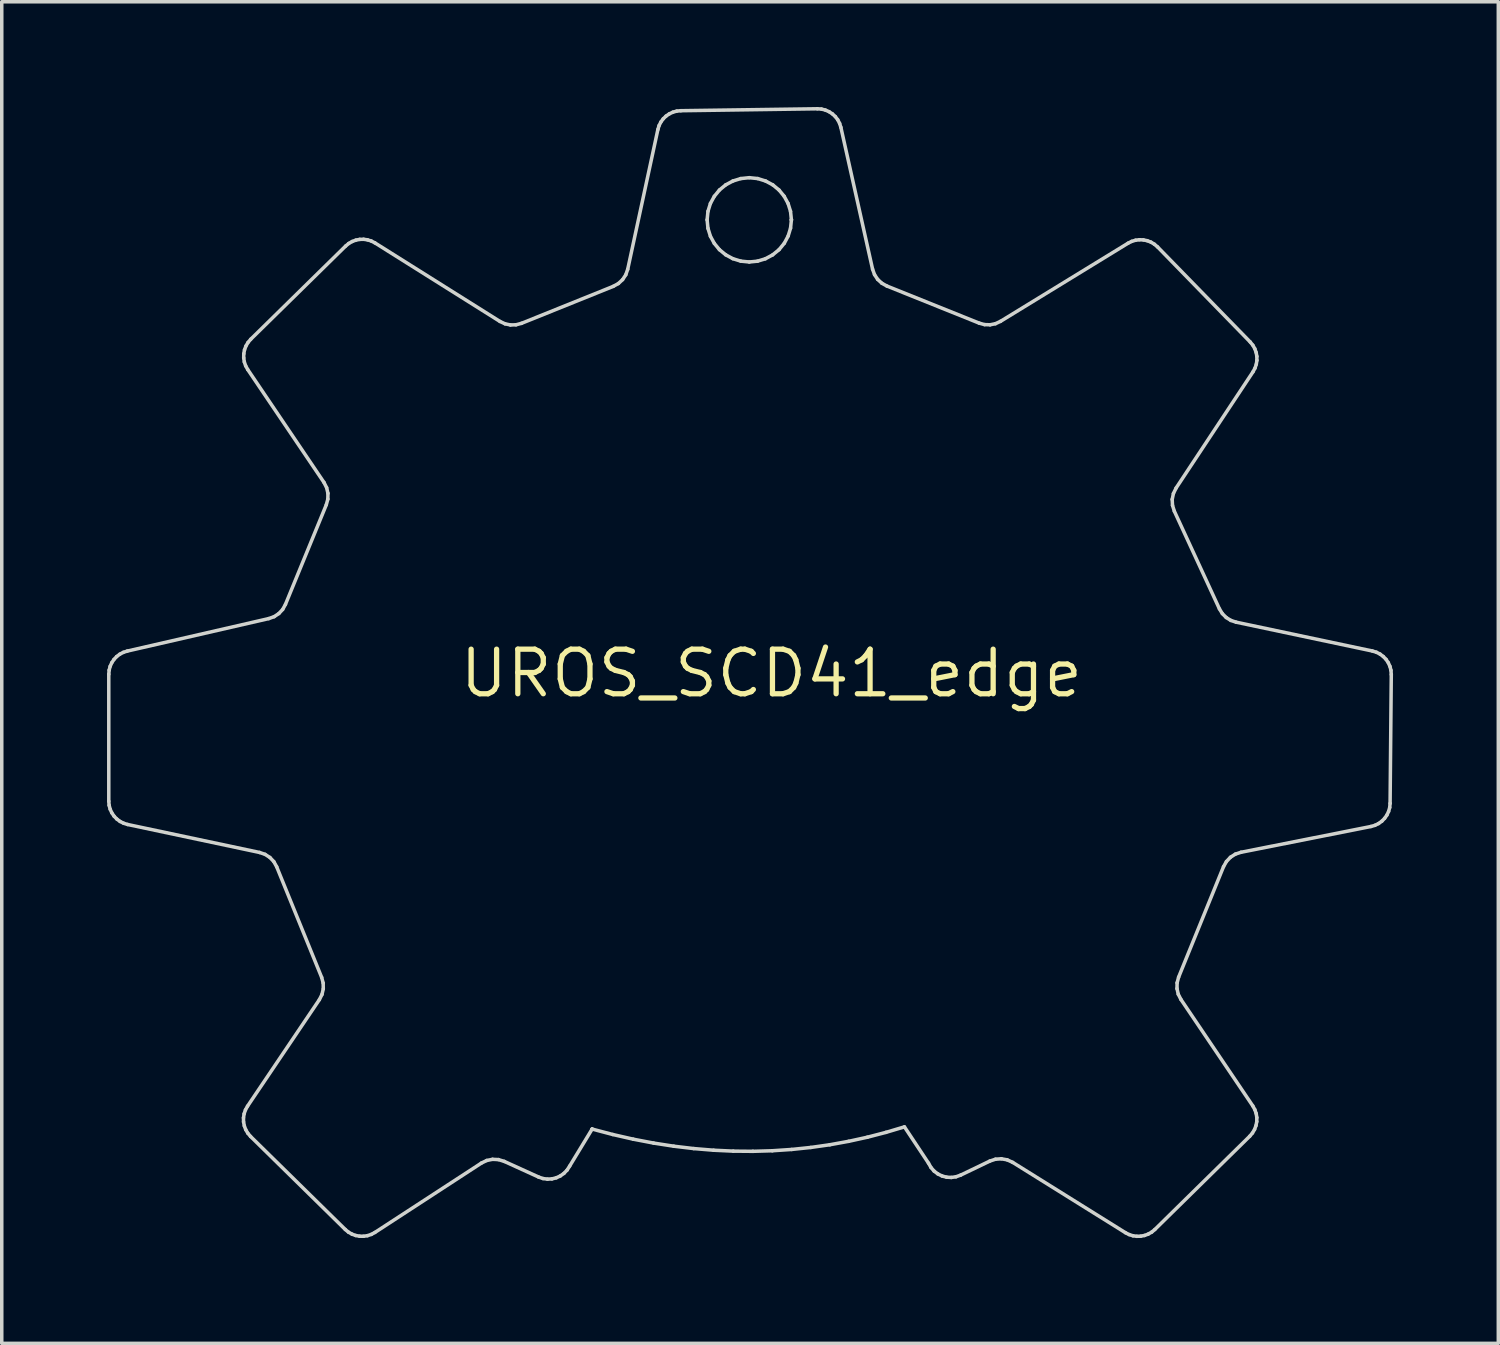
<source format=kicad_pcb>
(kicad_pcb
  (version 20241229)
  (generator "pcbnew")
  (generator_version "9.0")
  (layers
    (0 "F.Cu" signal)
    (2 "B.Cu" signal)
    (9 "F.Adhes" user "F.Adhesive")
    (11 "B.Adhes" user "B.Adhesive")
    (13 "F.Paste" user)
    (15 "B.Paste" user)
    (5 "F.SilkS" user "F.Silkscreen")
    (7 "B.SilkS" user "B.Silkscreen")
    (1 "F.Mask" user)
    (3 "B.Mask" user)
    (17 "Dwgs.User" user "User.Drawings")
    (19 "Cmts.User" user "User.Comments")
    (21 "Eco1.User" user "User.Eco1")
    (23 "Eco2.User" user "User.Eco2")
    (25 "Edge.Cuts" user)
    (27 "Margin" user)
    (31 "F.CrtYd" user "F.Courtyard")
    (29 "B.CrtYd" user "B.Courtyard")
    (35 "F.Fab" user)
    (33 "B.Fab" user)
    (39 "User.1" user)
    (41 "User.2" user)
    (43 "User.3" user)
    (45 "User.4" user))
  (footprint "UROS_SCD41_edge"
    (layer "F.Cu")
    (at 18.934 16.141)
    (property "Reference" "UROS_SCD41_edge" (at 0 0 0) (layer "F.SilkS") (effects (font (size 1.27 1.27) (thickness 0.15))))
    (attr through_hole)
    (fp_line (start -18.884 0.025) (end -18.874 -0.091) (stroke (width 0.1) (type solid)) (layer "Edge.Cuts"))
    (fp_line (start -18.884 3.642) (end -18.884 0.025) (stroke (width 0.1) (type solid)) (layer "Edge.Cuts"))
    (fp_line (start -18.874 -0.091) (end -18.845 -0.201) (stroke (width 0.1) (type solid)) (layer "Edge.Cuts"))
    (fp_line (start -18.874 3.76) (end -18.884 3.642) (stroke (width 0.1) (type solid)) (layer "Edge.Cuts"))
    (fp_line (start -18.845 -0.201) (end -18.799 -0.304) (stroke (width 0.1) (type solid)) (layer "Edge.Cuts"))
    (fp_line (start -18.844 3.872) (end -18.874 3.76) (stroke (width 0.1) (type solid)) (layer "Edge.Cuts"))
    (fp_line (start -18.799 -0.304) (end -18.736 -0.397) (stroke (width 0.1) (type solid)) (layer "Edge.Cuts"))
    (fp_line (start -18.797 3.975) (end -18.844 3.872) (stroke (width 0.1) (type solid)) (layer "Edge.Cuts"))
    (fp_line (start -18.736 -0.397) (end -18.66 -0.479) (stroke (width 0.1) (type solid)) (layer "Edge.Cuts"))
    (fp_line (start -18.733 4.069) (end -18.797 3.975) (stroke (width 0.1) (type solid)) (layer "Edge.Cuts"))
    (fp_line (start -18.66 -0.479) (end -18.57 -0.547) (stroke (width 0.1) (type solid)) (layer "Edge.Cuts"))
    (fp_line (start -18.654 4.151) (end -18.733 4.069) (stroke (width 0.1) (type solid)) (layer "Edge.Cuts"))
    (fp_line (start -18.57 -0.547) (end -18.469 -0.6) (stroke (width 0.1) (type solid)) (layer "Edge.Cuts"))
    (fp_line (start -18.563 4.219) (end -18.654 4.151) (stroke (width 0.1) (type solid)) (layer "Edge.Cuts"))
    (fp_line (start -18.469 -0.6) (end -18.358 -0.636) (stroke (width 0.1) (type solid)) (layer "Edge.Cuts"))
    (fp_line (start -18.46 4.271) (end -18.563 4.219) (stroke (width 0.1) (type solid)) (layer "Edge.Cuts"))
    (fp_line (start -18.358 -0.636) (end -14.325 -1.562) (stroke (width 0.1) (type solid)) (layer "Edge.Cuts"))
    (fp_line (start -18.347 4.306) (end -18.46 4.271) (stroke (width 0.1) (type solid)) (layer "Edge.Cuts"))
    (fp_line (start -15.045 12.666) (end -15.027 12.551) (stroke (width 0.1) (type solid)) (layer "Edge.Cuts"))
    (fp_line (start -15.043 12.781) (end -15.045 12.666) (stroke (width 0.1) (type solid)) (layer "Edge.Cuts"))
    (fp_line (start -15.039 -8.991) (end -15.037 -9.107) (stroke (width 0.1) (type solid)) (layer "Edge.Cuts"))
    (fp_line (start -15.037 -9.107) (end -15.016 -9.22) (stroke (width 0.1) (type solid)) (layer "Edge.Cuts"))
    (fp_line (start -15.027 12.551) (end -14.989 12.44) (stroke (width 0.1) (type solid)) (layer "Edge.Cuts"))
    (fp_line (start -15.021 12.895) (end -15.043 12.781) (stroke (width 0.1) (type solid)) (layer "Edge.Cuts"))
    (fp_line (start -15.021 -8.876) (end -15.039 -8.991) (stroke (width 0.1) (type solid)) (layer "Edge.Cuts"))
    (fp_line (start -15.016 -9.22) (end -14.976 -9.329) (stroke (width 0.1) (type solid)) (layer "Edge.Cuts"))
    (fp_line (start -14.989 12.44) (end -14.93 12.334) (stroke (width 0.1) (type solid)) (layer "Edge.Cuts"))
    (fp_line (start -14.983 -8.765) (end -15.021 -8.876) (stroke (width 0.1) (type solid)) (layer "Edge.Cuts"))
    (fp_line (start -14.981 13.004) (end -15.021 12.895) (stroke (width 0.1) (type solid)) (layer "Edge.Cuts"))
    (fp_line (start -14.976 -9.329) (end -14.916 -9.431) (stroke (width 0.1) (type solid)) (layer "Edge.Cuts"))
    (fp_line (start -14.93 12.334) (end -12.883 9.299) (stroke (width 0.1) (type solid)) (layer "Edge.Cuts"))
    (fp_line (start -14.924 -8.659) (end -14.983 -8.765) (stroke (width 0.1) (type solid)) (layer "Edge.Cuts"))
    (fp_line (start -14.921 13.105) (end -14.981 13.004) (stroke (width 0.1) (type solid)) (layer "Edge.Cuts"))
    (fp_line (start -14.916 -9.431) (end -14.838 -9.523) (stroke (width 0.1) (type solid)) (layer "Edge.Cuts"))
    (fp_line (start -14.843 13.197) (end -14.921 13.105) (stroke (width 0.1) (type solid)) (layer "Edge.Cuts"))
    (fp_line (start -14.838 -9.523) (end -12.135 -12.178) (stroke (width 0.1) (type solid)) (layer "Edge.Cuts"))
    (fp_line (start -14.587 5.103) (end -18.347 4.306) (stroke (width 0.1) (type solid)) (layer "Edge.Cuts"))
    (fp_line (start -14.43 5.157) (end -14.587 5.103) (stroke (width 0.1) (type solid)) (layer "Edge.Cuts"))
    (fp_line (start -14.325 -1.562) (end -14.171 -1.617) (stroke (width 0.1) (type solid)) (layer "Edge.Cuts"))
    (fp_line (start -14.292 5.246) (end -14.43 5.157) (stroke (width 0.1) (type solid)) (layer "Edge.Cuts"))
    (fp_line (start -14.18 5.365) (end -14.292 5.246) (stroke (width 0.1) (type solid)) (layer "Edge.Cuts"))
    (fp_line (start -14.171 -1.617) (end -14.037 -1.706) (stroke (width 0.1) (type solid)) (layer "Edge.Cuts"))
    (fp_line (start -14.099 5.511) (end -14.18 5.365) (stroke (width 0.1) (type solid)) (layer "Edge.Cuts"))
    (fp_line (start -14.037 -1.706) (end -13.928 -1.823) (stroke (width 0.1) (type solid)) (layer "Edge.Cuts"))
    (fp_line (start -13.928 -1.823) (end -13.849 -1.966) (stroke (width 0.1) (type solid)) (layer "Edge.Cuts"))
    (fp_line (start -13.849 -1.966) (end -12.685 -4.805) (stroke (width 0.1) (type solid)) (layer "Edge.Cuts"))
    (fp_line (start -12.883 9.299) (end -12.808 9.15) (stroke (width 0.1) (type solid)) (layer "Edge.Cuts"))
    (fp_line (start -12.817 8.664) (end -14.099 5.511) (stroke (width 0.1) (type solid)) (layer "Edge.Cuts"))
    (fp_line (start -12.808 9.15) (end -12.771 8.99) (stroke (width 0.1) (type solid)) (layer "Edge.Cuts"))
    (fp_line (start -12.774 8.825) (end -12.817 8.664) (stroke (width 0.1) (type solid)) (layer "Edge.Cuts"))
    (fp_line (start -12.771 8.99) (end -12.774 8.825) (stroke (width 0.1) (type solid)) (layer "Edge.Cuts"))
    (fp_line (start -12.751 -5.442) (end -14.924 -8.659) (stroke (width 0.1) (type solid)) (layer "Edge.Cuts"))
    (fp_line (start -12.685 -4.805) (end -12.641 -4.966) (stroke (width 0.1) (type solid)) (layer "Edge.Cuts"))
    (fp_line (start -12.675 -5.292) (end -12.751 -5.442) (stroke (width 0.1) (type solid)) (layer "Edge.Cuts"))
    (fp_line (start -12.641 -4.966) (end -12.638 -5.131) (stroke (width 0.1) (type solid)) (layer "Edge.Cuts"))
    (fp_line (start -12.638 -5.131) (end -12.675 -5.292) (stroke (width 0.1) (type solid)) (layer "Edge.Cuts"))
    (fp_line (start -12.144 15.848) (end -14.843 13.197) (stroke (width 0.1) (type solid)) (layer "Edge.Cuts"))
    (fp_line (start -12.135 -12.178) (end -12.046 -12.252) (stroke (width 0.1) (type solid)) (layer "Edge.Cuts"))
    (fp_line (start -12.054 15.923) (end -12.144 15.848) (stroke (width 0.1) (type solid)) (layer "Edge.Cuts"))
    (fp_line (start -12.046 -12.252) (end -11.947 -12.309) (stroke (width 0.1) (type solid)) (layer "Edge.Cuts"))
    (fp_line (start -11.954 15.98) (end -12.054 15.923) (stroke (width 0.1) (type solid)) (layer "Edge.Cuts"))
    (fp_line (start -11.947 -12.309) (end -11.842 -12.348) (stroke (width 0.1) (type solid)) (layer "Edge.Cuts"))
    (fp_line (start -11.847 16.019) (end -11.954 15.98) (stroke (width 0.1) (type solid)) (layer "Edge.Cuts"))
    (fp_line (start -11.842 -12.348) (end -11.733 -12.369) (stroke (width 0.1) (type solid)) (layer "Edge.Cuts"))
    (fp_line (start -11.736 16.039) (end -11.847 16.019) (stroke (width 0.1) (type solid)) (layer "Edge.Cuts"))
    (fp_line (start -11.733 -12.369) (end -11.621 -12.372) (stroke (width 0.1) (type solid)) (layer "Edge.Cuts"))
    (fp_line (start -11.624 16.041) (end -11.736 16.039) (stroke (width 0.1) (type solid)) (layer "Edge.Cuts"))
    (fp_line (start -11.621 -12.372) (end -11.51 -12.356) (stroke (width 0.1) (type solid)) (layer "Edge.Cuts"))
    (fp_line (start -11.511 16.024) (end -11.624 16.041) (stroke (width 0.1) (type solid)) (layer "Edge.Cuts"))
    (fp_line (start -11.51 -12.356) (end -11.402 -12.322) (stroke (width 0.1) (type solid)) (layer "Edge.Cuts"))
    (fp_line (start -11.402 15.988) (end -11.511 16.024) (stroke (width 0.1) (type solid)) (layer "Edge.Cuts"))
    (fp_line (start -11.402 -12.322) (end -11.299 -12.269) (stroke (width 0.1) (type solid)) (layer "Edge.Cuts"))
    (fp_line (start -11.299 -12.269) (end -7.737 -10.031) (stroke (width 0.1) (type solid)) (layer "Edge.Cuts"))
    (fp_line (start -11.299 15.932) (end -11.402 15.988) (stroke (width 0.1) (type solid)) (layer "Edge.Cuts"))
    (fp_line (start -8.266 13.956) (end -11.299 15.932) (stroke (width 0.1) (type solid)) (layer "Edge.Cuts"))
    (fp_line (start -8.112 13.881) (end -8.266 13.956) (stroke (width 0.1) (type solid)) (layer "Edge.Cuts"))
    (fp_line (start -7.947 13.848) (end -8.112 13.881) (stroke (width 0.1) (type solid)) (layer "Edge.Cuts"))
    (fp_line (start -7.778 13.856) (end -7.947 13.848) (stroke (width 0.1) (type solid)) (layer "Edge.Cuts"))
    (fp_line (start -7.737 -10.031) (end -7.592 -9.963) (stroke (width 0.1) (type solid)) (layer "Edge.Cuts"))
    (fp_line (start -7.614 13.907) (end -7.778 13.856) (stroke (width 0.1) (type solid)) (layer "Edge.Cuts"))
    (fp_line (start -7.592 -9.963) (end -7.437 -9.93) (stroke (width 0.1) (type solid)) (layer "Edge.Cuts"))
    (fp_line (start -7.437 -9.93) (end -7.278 -9.935) (stroke (width 0.1) (type solid)) (layer "Edge.Cuts"))
    (fp_line (start -7.278 -9.935) (end -7.123 -9.976) (stroke (width 0.1) (type solid)) (layer "Edge.Cuts"))
    (fp_line (start -7.123 -9.976) (end -4.505 -11.031) (stroke (width 0.1) (type solid)) (layer "Edge.Cuts"))
    (fp_line (start -6.637 14.352) (end -7.614 13.907) (stroke (width 0.1) (type solid)) (layer "Edge.Cuts"))
    (fp_line (start -6.51 14.396) (end -6.637 14.352) (stroke (width 0.1) (type solid)) (layer "Edge.Cuts"))
    (fp_line (start -6.382 14.413) (end -6.51 14.396) (stroke (width 0.1) (type solid)) (layer "Edge.Cuts"))
    (fp_line (start -6.254 14.406) (end -6.382 14.413) (stroke (width 0.1) (type solid)) (layer "Edge.Cuts"))
    (fp_line (start -6.131 14.375) (end -6.254 14.406) (stroke (width 0.1) (type solid)) (layer "Edge.Cuts"))
    (fp_line (start -6.016 14.322) (end -6.131 14.375) (stroke (width 0.1) (type solid)) (layer "Edge.Cuts"))
    (fp_line (start -5.912 14.248) (end -6.016 14.322) (stroke (width 0.1) (type solid)) (layer "Edge.Cuts"))
    (fp_line (start -5.822 14.154) (end -5.912 14.248) (stroke (width 0.1) (type solid)) (layer "Edge.Cuts"))
    (fp_line (start -5.75 14.042) (end -5.822 14.154) (stroke (width 0.1) (type solid)) (layer "Edge.Cuts"))
    (fp_line (start -5.109 12.986) (end -5.75 14.042) (stroke (width 0.1) (type solid)) (layer "Edge.Cuts"))
    (fp_line (start -5.109 12.986) (end -5.109 12.986) (stroke (width 0.1) (type solid)) (layer "Edge.Cuts"))
    (fp_line (start -5.109 12.986) (end -5.109 12.986) (stroke (width 0.1) (type solid)) (layer "Edge.Cuts"))
    (fp_line (start -4.521 13.141) (end -5.109 12.986) (stroke (width 0.1) (type solid)) (layer "Edge.Cuts"))
    (fp_line (start -4.505 -11.031) (end -4.36 -11.111) (stroke (width 0.1) (type solid)) (layer "Edge.Cuts"))
    (fp_line (start -4.36 -11.111) (end -4.24 -11.223) (stroke (width 0.1) (type solid)) (layer "Edge.Cuts"))
    (fp_line (start -4.24 -11.223) (end -4.15 -11.36) (stroke (width 0.1) (type solid)) (layer "Edge.Cuts"))
    (fp_line (start -4.15 -11.36) (end -4.095 -11.517) (stroke (width 0.1) (type solid)) (layer "Edge.Cuts"))
    (fp_line (start -4.095 -11.517) (end -3.235 -15.501) (stroke (width 0.1) (type solid)) (layer "Edge.Cuts"))
    (fp_line (start -3.938 13.274) (end -4.521 13.141) (stroke (width 0.1) (type solid)) (layer "Edge.Cuts"))
    (fp_line (start -3.358 13.385) (end -3.938 13.274) (stroke (width 0.1) (type solid)) (layer "Edge.Cuts"))
    (fp_line (start -3.235 -15.501) (end -3.201 -15.613) (stroke (width 0.1) (type solid)) (layer "Edge.Cuts"))
    (fp_line (start -3.201 -15.613) (end -3.15 -15.714) (stroke (width 0.1) (type solid)) (layer "Edge.Cuts"))
    (fp_line (start -3.15 -15.714) (end -3.083 -15.805) (stroke (width 0.1) (type solid)) (layer "Edge.Cuts"))
    (fp_line (start -3.083 -15.805) (end -3.002 -15.883) (stroke (width 0.1) (type solid)) (layer "Edge.Cuts"))
    (fp_line (start -3.002 -15.883) (end -2.91 -15.946) (stroke (width 0.1) (type solid)) (layer "Edge.Cuts"))
    (fp_line (start -2.91 -15.946) (end -2.808 -15.994) (stroke (width 0.1) (type solid)) (layer "Edge.Cuts"))
    (fp_line (start -2.808 -15.994) (end -2.698 -16.025) (stroke (width 0.1) (type solid)) (layer "Edge.Cuts"))
    (fp_line (start -2.784 13.474) (end -3.358 13.385) (stroke (width 0.1) (type solid)) (layer "Edge.Cuts"))
    (fp_line (start -2.698 -16.025) (end -2.582 -16.036) (stroke (width 0.1) (type solid)) (layer "Edge.Cuts"))
    (fp_line (start -2.582 -16.036) (end 1.309 -16.091) (stroke (width 0.1) (type solid)) (layer "Edge.Cuts"))
    (fp_line (start -2.213 13.542) (end -2.784 13.474) (stroke (width 0.1) (type solid)) (layer "Edge.Cuts"))
    (fp_line (start -1.832 -12.926) (end -1.808 -13.168) (stroke (width 0.1) (type solid)) (layer "Edge.Cuts"))
    (fp_line (start -1.808 -13.168) (end -1.738 -13.393) (stroke (width 0.1) (type solid)) (layer "Edge.Cuts"))
    (fp_line (start -1.808 -12.684) (end -1.832 -12.926) (stroke (width 0.1) (type solid)) (layer "Edge.Cuts"))
    (fp_line (start -1.738 -13.393) (end -1.627 -13.597) (stroke (width 0.1) (type solid)) (layer "Edge.Cuts"))
    (fp_line (start -1.738 -12.458) (end -1.808 -12.684) (stroke (width 0.1) (type solid)) (layer "Edge.Cuts"))
    (fp_line (start -1.647 13.589) (end -2.213 13.542) (stroke (width 0.1) (type solid)) (layer "Edge.Cuts"))
    (fp_line (start -1.627 -13.597) (end -1.481 -13.775) (stroke (width 0.1) (type solid)) (layer "Edge.Cuts"))
    (fp_line (start -1.627 -12.254) (end -1.738 -12.458) (stroke (width 0.1) (type solid)) (layer "Edge.Cuts"))
    (fp_line (start -1.481 -13.775) (end -1.303 -13.922) (stroke (width 0.1) (type solid)) (layer "Edge.Cuts"))
    (fp_line (start -1.481 -12.076) (end -1.627 -12.254) (stroke (width 0.1) (type solid)) (layer "Edge.Cuts"))
    (fp_line (start -1.303 -13.922) (end -1.099 -14.032) (stroke (width 0.1) (type solid)) (layer "Edge.Cuts"))
    (fp_line (start -1.303 -11.93) (end -1.481 -12.076) (stroke (width 0.1) (type solid)) (layer "Edge.Cuts"))
    (fp_line (start -1.099 -14.032) (end -0.873 -14.102) (stroke (width 0.1) (type solid)) (layer "Edge.Cuts"))
    (fp_line (start -1.099 -11.819) (end -1.303 -11.93) (stroke (width 0.1) (type solid)) (layer "Edge.Cuts"))
    (fp_line (start -1.085 13.615) (end -1.647 13.589) (stroke (width 0.1) (type solid)) (layer "Edge.Cuts"))
    (fp_line (start -0.873 -14.102) (end -0.631 -14.127) (stroke (width 0.1) (type solid)) (layer "Edge.Cuts"))
    (fp_line (start -0.873 -11.749) (end -1.099 -11.819) (stroke (width 0.1) (type solid)) (layer "Edge.Cuts"))
    (fp_line (start -0.631 -14.127) (end -0.389 -14.102) (stroke (width 0.1) (type solid)) (layer "Edge.Cuts"))
    (fp_line (start -0.631 -11.725) (end -0.873 -11.749) (stroke (width 0.1) (type solid)) (layer "Edge.Cuts"))
    (fp_line (start -0.527 13.62) (end -1.085 13.615) (stroke (width 0.1) (type solid)) (layer "Edge.Cuts"))
    (fp_line (start -0.396 -11.748) (end -0.631 -11.725) (stroke (width 0.1) (type solid)) (layer "Edge.Cuts"))
    (fp_line (start -0.389 -14.102) (end -0.164 -14.032) (stroke (width 0.1) (type solid)) (layer "Edge.Cuts"))
    (fp_line (start -0.172 -11.816) (end -0.396 -11.748) (stroke (width 0.1) (type solid)) (layer "Edge.Cuts"))
    (fp_line (start -0.164 -14.032) (end 0.04 -13.922) (stroke (width 0.1) (type solid)) (layer "Edge.Cuts"))
    (fp_line (start 0.027 13.604) (end -0.527 13.62) (stroke (width 0.1) (type solid)) (layer "Edge.Cuts"))
    (fp_line (start 0.035 -11.927) (end -0.172 -11.816) (stroke (width 0.1) (type solid)) (layer "Edge.Cuts"))
    (fp_line (start 0.04 -13.922) (end 0.218 -13.775) (stroke (width 0.1) (type solid)) (layer "Edge.Cuts"))
    (fp_line (start 0.218 -13.775) (end 0.364 -13.597) (stroke (width 0.1) (type solid)) (layer "Edge.Cuts"))
    (fp_line (start 0.218 -12.076) (end 0.035 -11.927) (stroke (width 0.1) (type solid)) (layer "Edge.Cuts"))
    (fp_line (start 0.364 -13.597) (end 0.475 -13.393) (stroke (width 0.1) (type solid)) (layer "Edge.Cuts"))
    (fp_line (start 0.368 -12.259) (end 0.218 -12.076) (stroke (width 0.1) (type solid)) (layer "Edge.Cuts"))
    (fp_line (start 0.475 -13.393) (end 0.545 -13.168) (stroke (width 0.1) (type solid)) (layer "Edge.Cuts"))
    (fp_line (start 0.478 -12.466) (end 0.368 -12.259) (stroke (width 0.1) (type solid)) (layer "Edge.Cuts"))
    (fp_line (start 0.545 -13.168) (end 0.57 -12.926) (stroke (width 0.1) (type solid)) (layer "Edge.Cuts"))
    (fp_line (start 0.546 -12.69) (end 0.478 -12.466) (stroke (width 0.1) (type solid)) (layer "Edge.Cuts"))
    (fp_line (start 0.57 -12.926) (end 0.546 -12.69) (stroke (width 0.1) (type solid)) (layer "Edge.Cuts"))
    (fp_line (start 0.57 -12.926) (end 0.57 -12.926) (stroke (width 0.1) (type solid)) (layer "Edge.Cuts"))
    (fp_line (start 0.57 -12.926) (end 0.57 -12.926) (stroke (width 0.1) (type solid)) (layer "Edge.Cuts"))
    (fp_line (start 0.577 13.567) (end 0.027 13.604) (stroke (width 0.1) (type solid)) (layer "Edge.Cuts"))
    (fp_line (start 1.123 13.51) (end 0.577 13.567) (stroke (width 0.1) (type solid)) (layer "Edge.Cuts"))
    (fp_line (start 1.309 -16.091) (end 1.427 -16.083) (stroke (width 0.1) (type solid)) (layer "Edge.Cuts"))
    (fp_line (start 1.427 -16.083) (end 1.539 -16.054) (stroke (width 0.1) (type solid)) (layer "Edge.Cuts"))
    (fp_line (start 1.539 -16.054) (end 1.644 -16.008) (stroke (width 0.1) (type solid)) (layer "Edge.Cuts"))
    (fp_line (start 1.644 -16.008) (end 1.739 -15.945) (stroke (width 0.1) (type solid)) (layer "Edge.Cuts"))
    (fp_line (start 1.664 13.433) (end 1.123 13.51) (stroke (width 0.1) (type solid)) (layer "Edge.Cuts"))
    (fp_line (start 1.739 -15.945) (end 1.822 -15.868) (stroke (width 0.1) (type solid)) (layer "Edge.Cuts"))
    (fp_line (start 1.822 -15.868) (end 1.891 -15.777) (stroke (width 0.1) (type solid)) (layer "Edge.Cuts"))
    (fp_line (start 1.891 -15.777) (end 1.944 -15.674) (stroke (width 0.1) (type solid)) (layer "Edge.Cuts"))
    (fp_line (start 1.944 -15.674) (end 1.98 -15.561) (stroke (width 0.1) (type solid)) (layer "Edge.Cuts"))
    (fp_line (start 1.98 -15.561) (end 2.883 -11.521) (stroke (width 0.1) (type solid)) (layer "Edge.Cuts"))
    (fp_line (start 2.202 13.335) (end 1.664 13.433) (stroke (width 0.1) (type solid)) (layer "Edge.Cuts"))
    (fp_line (start 2.735 13.218) (end 2.202 13.335) (stroke (width 0.1) (type solid)) (layer "Edge.Cuts"))
    (fp_line (start 2.883 -11.521) (end 2.939 -11.365) (stroke (width 0.1) (type solid)) (layer "Edge.Cuts"))
    (fp_line (start 2.939 -11.365) (end 3.028 -11.229) (stroke (width 0.1) (type solid)) (layer "Edge.Cuts"))
    (fp_line (start 3.028 -11.229) (end 3.148 -11.119) (stroke (width 0.1) (type solid)) (layer "Edge.Cuts"))
    (fp_line (start 3.148 -11.119) (end 3.292 -11.039) (stroke (width 0.1) (type solid)) (layer "Edge.Cuts"))
    (fp_line (start 3.265 13.08) (end 2.735 13.218) (stroke (width 0.1) (type solid)) (layer "Edge.Cuts"))
    (fp_line (start 3.292 -11.039) (end 5.922 -9.982) (stroke (width 0.1) (type solid)) (layer "Edge.Cuts"))
    (fp_line (start 3.791 12.923) (end 3.265 13.08) (stroke (width 0.1) (type solid)) (layer "Edge.Cuts"))
    (fp_line (start 4.477 13.957) (end 3.791 12.923) (stroke (width 0.1) (type solid)) (layer "Edge.Cuts"))
    (fp_line (start 4.547 14.08) (end 4.477 13.957) (stroke (width 0.1) (type solid)) (layer "Edge.Cuts"))
    (fp_line (start 4.636 14.183) (end 4.547 14.08) (stroke (width 0.1) (type solid)) (layer "Edge.Cuts"))
    (fp_line (start 4.743 14.264) (end 4.636 14.183) (stroke (width 0.1) (type solid)) (layer "Edge.Cuts"))
    (fp_line (start 4.863 14.323) (end 4.743 14.264) (stroke (width 0.1) (type solid)) (layer "Edge.Cuts"))
    (fp_line (start 4.992 14.357) (end 4.863 14.323) (stroke (width 0.1) (type solid)) (layer "Edge.Cuts"))
    (fp_line (start 5.126 14.365) (end 4.992 14.357) (stroke (width 0.1) (type solid)) (layer "Edge.Cuts"))
    (fp_line (start 5.261 14.346) (end 5.126 14.365) (stroke (width 0.1) (type solid)) (layer "Edge.Cuts"))
    (fp_line (start 5.394 14.298) (end 5.261 14.346) (stroke (width 0.1) (type solid)) (layer "Edge.Cuts"))
    (fp_line (start 5.922 -9.982) (end 6.075 -9.94) (stroke (width 0.1) (type solid)) (layer "Edge.Cuts"))
    (fp_line (start 6.075 -9.94) (end 6.232 -9.935) (stroke (width 0.1) (type solid)) (layer "Edge.Cuts"))
    (fp_line (start 6.223 13.899) (end 5.394 14.298) (stroke (width 0.1) (type solid)) (layer "Edge.Cuts"))
    (fp_line (start 6.232 -9.935) (end 6.385 -9.966) (stroke (width 0.1) (type solid)) (layer "Edge.Cuts"))
    (fp_line (start 6.385 -9.966) (end 6.529 -10.033) (stroke (width 0.1) (type solid)) (layer "Edge.Cuts"))
    (fp_line (start 6.386 13.845) (end 6.223 13.899) (stroke (width 0.1) (type solid)) (layer "Edge.Cuts"))
    (fp_line (start 6.529 -10.033) (end 10.164 -12.26) (stroke (width 0.1) (type solid)) (layer "Edge.Cuts"))
    (fp_line (start 6.554 13.833) (end 6.386 13.845) (stroke (width 0.1) (type solid)) (layer "Edge.Cuts"))
    (fp_line (start 6.72 13.863) (end 6.554 13.833) (stroke (width 0.1) (type solid)) (layer "Edge.Cuts"))
    (fp_line (start 6.876 13.935) (end 6.72 13.863) (stroke (width 0.1) (type solid)) (layer "Edge.Cuts"))
    (fp_line (start 10.092 15.941) (end 6.876 13.935) (stroke (width 0.1) (type solid)) (layer "Edge.Cuts"))
    (fp_line (start 10.164 -12.26) (end 10.268 -12.312) (stroke (width 0.1) (type solid)) (layer "Edge.Cuts"))
    (fp_line (start 10.195 15.993) (end 10.092 15.941) (stroke (width 0.1) (type solid)) (layer "Edge.Cuts"))
    (fp_line (start 10.268 -12.312) (end 10.378 -12.345) (stroke (width 0.1) (type solid)) (layer "Edge.Cuts"))
    (fp_line (start 10.303 16.027) (end 10.195 15.993) (stroke (width 0.1) (type solid)) (layer "Edge.Cuts"))
    (fp_line (start 10.378 -12.345) (end 10.49 -12.359) (stroke (width 0.1) (type solid)) (layer "Edge.Cuts"))
    (fp_line (start 10.414 16.042) (end 10.303 16.027) (stroke (width 0.1) (type solid)) (layer "Edge.Cuts"))
    (fp_line (start 10.49 -12.359) (end 10.602 -12.354) (stroke (width 0.1) (type solid)) (layer "Edge.Cuts"))
    (fp_line (start 10.525 16.039) (end 10.414 16.042) (stroke (width 0.1) (type solid)) (layer "Edge.Cuts"))
    (fp_line (start 10.602 -12.354) (end 10.712 -12.331) (stroke (width 0.1) (type solid)) (layer "Edge.Cuts"))
    (fp_line (start 10.634 16.018) (end 10.525 16.039) (stroke (width 0.1) (type solid)) (layer "Edge.Cuts"))
    (fp_line (start 10.712 -12.331) (end 10.817 -12.29) (stroke (width 0.1) (type solid)) (layer "Edge.Cuts"))
    (fp_line (start 10.739 15.979) (end 10.634 16.018) (stroke (width 0.1) (type solid)) (layer "Edge.Cuts"))
    (fp_line (start 10.817 -12.29) (end 10.915 -12.231) (stroke (width 0.1) (type solid)) (layer "Edge.Cuts"))
    (fp_line (start 10.838 15.923) (end 10.739 15.979) (stroke (width 0.1) (type solid)) (layer "Edge.Cuts"))
    (fp_line (start 10.915 -12.231) (end 11.004 -12.155) (stroke (width 0.1) (type solid)) (layer "Edge.Cuts"))
    (fp_line (start 10.927 15.849) (end 10.838 15.923) (stroke (width 0.1) (type solid)) (layer "Edge.Cuts"))
    (fp_line (start 11.004 -12.155) (end 13.646 -9.444) (stroke (width 0.1) (type solid)) (layer "Edge.Cuts"))
    (fp_line (start 11.422 -4.959) (end 11.431 -4.789) (stroke (width 0.1) (type solid)) (layer "Edge.Cuts"))
    (fp_line (start 11.431 -4.789) (end 11.483 -4.623) (stroke (width 0.1) (type solid)) (layer "Edge.Cuts"))
    (fp_line (start 11.457 -5.126) (end 11.422 -4.959) (stroke (width 0.1) (type solid)) (layer "Edge.Cuts"))
    (fp_line (start 11.483 -4.623) (end 12.768 -1.839) (stroke (width 0.1) (type solid)) (layer "Edge.Cuts"))
    (fp_line (start 11.533 -5.282) (end 11.457 -5.126) (stroke (width 0.1) (type solid)) (layer "Edge.Cuts"))
    (fp_line (start 11.559 8.983) (end 11.595 9.143) (stroke (width 0.1) (type solid)) (layer "Edge.Cuts"))
    (fp_line (start 11.562 8.818) (end 11.559 8.983) (stroke (width 0.1) (type solid)) (layer "Edge.Cuts"))
    (fp_line (start 11.595 9.143) (end 11.671 9.292) (stroke (width 0.1) (type solid)) (layer "Edge.Cuts"))
    (fp_line (start 11.605 8.657) (end 11.562 8.818) (stroke (width 0.1) (type solid)) (layer "Edge.Cuts"))
    (fp_line (start 11.671 9.292) (end 13.719 12.326) (stroke (width 0.1) (type solid)) (layer "Edge.Cuts"))
    (fp_line (start 12.768 -1.839) (end 12.851 -1.704) (stroke (width 0.1) (type solid)) (layer "Edge.Cuts"))
    (fp_line (start 12.851 -1.704) (end 12.961 -1.593) (stroke (width 0.1) (type solid)) (layer "Edge.Cuts"))
    (fp_line (start 12.885 5.508) (end 11.605 8.657) (stroke (width 0.1) (type solid)) (layer "Edge.Cuts"))
    (fp_line (start 12.961 -1.593) (end 13.093 -1.51) (stroke (width 0.1) (type solid)) (layer "Edge.Cuts"))
    (fp_line (start 12.968 5.361) (end 12.885 5.508) (stroke (width 0.1) (type solid)) (layer "Edge.Cuts"))
    (fp_line (start 13.082 5.24) (end 12.968 5.361) (stroke (width 0.1) (type solid)) (layer "Edge.Cuts"))
    (fp_line (start 13.093 -1.51) (end 13.243 -1.46) (stroke (width 0.1) (type solid)) (layer "Edge.Cuts"))
    (fp_line (start 13.222 5.151) (end 13.082 5.24) (stroke (width 0.1) (type solid)) (layer "Edge.Cuts"))
    (fp_line (start 13.243 -1.46) (end 17.128 -0.638) (stroke (width 0.1) (type solid)) (layer "Edge.Cuts"))
    (fp_line (start 13.382 5.098) (end 13.222 5.151) (stroke (width 0.1) (type solid)) (layer "Edge.Cuts"))
    (fp_line (start 13.632 13.19) (end 10.927 15.849) (stroke (width 0.1) (type solid)) (layer "Edge.Cuts"))
    (fp_line (start 13.646 -9.444) (end 13.72 -9.353) (stroke (width 0.1) (type solid)) (layer "Edge.Cuts"))
    (fp_line (start 13.71 13.098) (end 13.632 13.19) (stroke (width 0.1) (type solid)) (layer "Edge.Cuts"))
    (fp_line (start 13.719 12.326) (end 13.777 12.432) (stroke (width 0.1) (type solid)) (layer "Edge.Cuts"))
    (fp_line (start 13.72 -9.353) (end 13.777 -9.252) (stroke (width 0.1) (type solid)) (layer "Edge.Cuts"))
    (fp_line (start 13.726 -8.596) (end 11.533 -5.282) (stroke (width 0.1) (type solid)) (layer "Edge.Cuts"))
    (fp_line (start 13.77 12.996) (end 13.71 13.098) (stroke (width 0.1) (type solid)) (layer "Edge.Cuts"))
    (fp_line (start 13.777 -9.252) (end 13.815 -9.145) (stroke (width 0.1) (type solid)) (layer "Edge.Cuts"))
    (fp_line (start 13.777 12.432) (end 13.816 12.543) (stroke (width 0.1) (type solid)) (layer "Edge.Cuts"))
    (fp_line (start 13.782 -8.7) (end 13.726 -8.596) (stroke (width 0.1) (type solid)) (layer "Edge.Cuts"))
    (fp_line (start 13.81 12.887) (end 13.77 12.996) (stroke (width 0.1) (type solid)) (layer "Edge.Cuts"))
    (fp_line (start 13.815 -9.145) (end 13.835 -9.034) (stroke (width 0.1) (type solid)) (layer "Edge.Cuts"))
    (fp_line (start 13.816 12.543) (end 13.834 12.658) (stroke (width 0.1) (type solid)) (layer "Edge.Cuts"))
    (fp_line (start 13.819 -8.809) (end 13.782 -8.7) (stroke (width 0.1) (type solid)) (layer "Edge.Cuts"))
    (fp_line (start 13.832 12.774) (end 13.81 12.887) (stroke (width 0.1) (type solid)) (layer "Edge.Cuts"))
    (fp_line (start 13.834 12.658) (end 13.832 12.774) (stroke (width 0.1) (type solid)) (layer "Edge.Cuts"))
    (fp_line (start 13.835 -9.034) (end 13.836 -8.921) (stroke (width 0.1) (type solid)) (layer "Edge.Cuts"))
    (fp_line (start 13.836 -8.921) (end 13.819 -8.809) (stroke (width 0.1) (type solid)) (layer "Edge.Cuts"))
    (fp_line (start 17.086 4.363) (end 13.382 5.098) (stroke (width 0.1) (type solid)) (layer "Edge.Cuts"))
    (fp_line (start 17.128 -0.638) (end 17.242 -0.603) (stroke (width 0.1) (type solid)) (layer "Edge.Cuts"))
    (fp_line (start 17.2 4.33) (end 17.086 4.363) (stroke (width 0.1) (type solid)) (layer "Edge.Cuts"))
    (fp_line (start 17.242 -0.603) (end 17.346 -0.55) (stroke (width 0.1) (type solid)) (layer "Edge.Cuts"))
    (fp_line (start 17.304 4.279) (end 17.2 4.33) (stroke (width 0.1) (type solid)) (layer "Edge.Cuts"))
    (fp_line (start 17.346 -0.55) (end 17.438 -0.481) (stroke (width 0.1) (type solid)) (layer "Edge.Cuts"))
    (fp_line (start 17.397 4.212) (end 17.304 4.279) (stroke (width 0.1) (type solid)) (layer "Edge.Cuts"))
    (fp_line (start 17.438 -0.481) (end 17.517 -0.399) (stroke (width 0.1) (type solid)) (layer "Edge.Cuts"))
    (fp_line (start 17.476 4.13) (end 17.397 4.212) (stroke (width 0.1) (type solid)) (layer "Edge.Cuts"))
    (fp_line (start 17.517 -0.399) (end 17.581 -0.304) (stroke (width 0.1) (type solid)) (layer "Edge.Cuts"))
    (fp_line (start 17.541 4.037) (end 17.476 4.13) (stroke (width 0.1) (type solid)) (layer "Edge.Cuts"))
    (fp_line (start 17.581 -0.304) (end 17.628 -0.199) (stroke (width 0.1) (type solid)) (layer "Edge.Cuts"))
    (fp_line (start 17.59 3.933) (end 17.541 4.037) (stroke (width 0.1) (type solid)) (layer "Edge.Cuts"))
    (fp_line (start 17.621 3.822) (end 17.59 3.933) (stroke (width 0.1) (type solid)) (layer "Edge.Cuts"))
    (fp_line (start 17.628 -0.199) (end 17.657 -0.087) (stroke (width 0.1) (type solid)) (layer "Edge.Cuts"))
    (fp_line (start 17.632 3.704) (end 17.621 3.822) (stroke (width 0.1) (type solid)) (layer "Edge.Cuts"))
    (fp_line (start 17.657 -0.087) (end 17.666 0.032) (stroke (width 0.1) (type solid)) (layer "Edge.Cuts"))
    (fp_line (start 17.666 0.032) (end 17.632 3.704) (stroke (width 0.1) (type solid)) (layer "Edge.Cuts")))
  (gr_rect
    (start -3 -3)
    (end 39.65 35.234)
    (stroke (width 0.1) (type default))
    (fill no)
    (layer "Edge.Cuts")))
</source>
